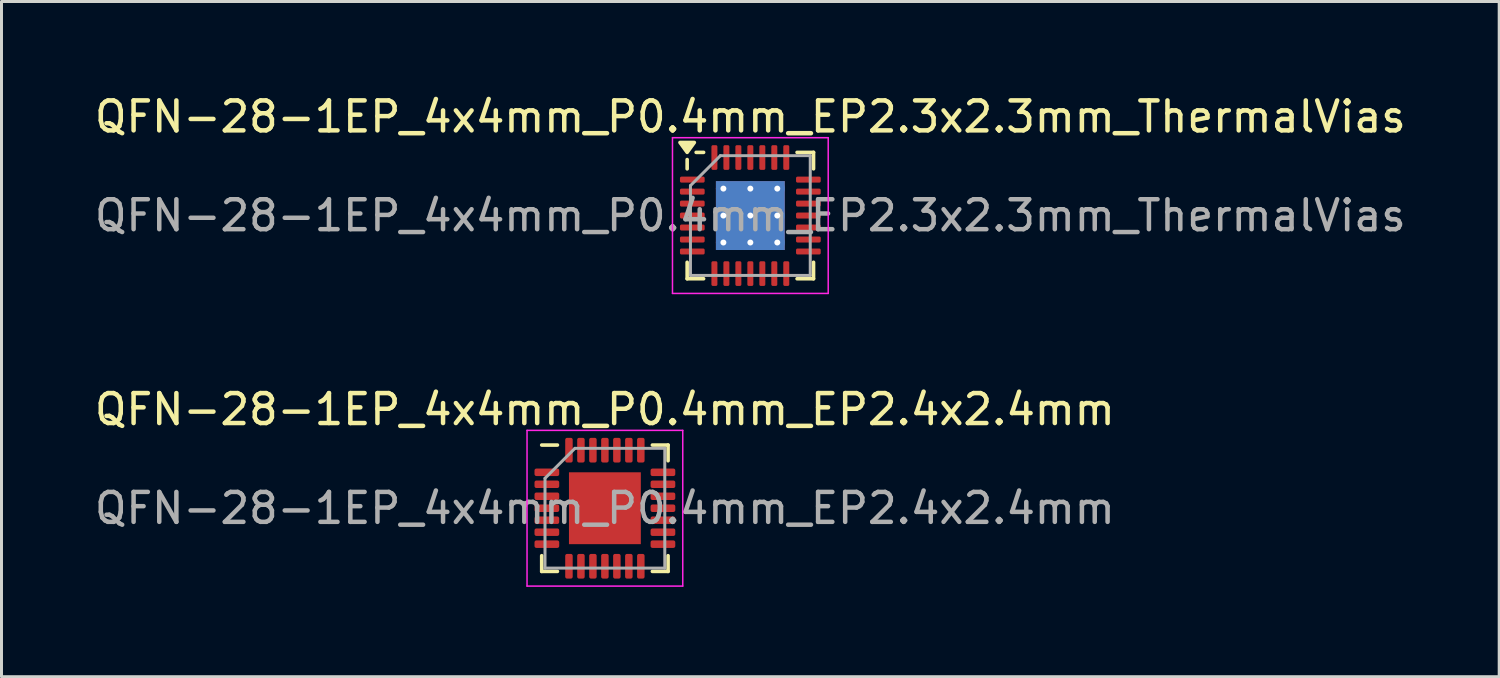
<source format=kicad_pcb>
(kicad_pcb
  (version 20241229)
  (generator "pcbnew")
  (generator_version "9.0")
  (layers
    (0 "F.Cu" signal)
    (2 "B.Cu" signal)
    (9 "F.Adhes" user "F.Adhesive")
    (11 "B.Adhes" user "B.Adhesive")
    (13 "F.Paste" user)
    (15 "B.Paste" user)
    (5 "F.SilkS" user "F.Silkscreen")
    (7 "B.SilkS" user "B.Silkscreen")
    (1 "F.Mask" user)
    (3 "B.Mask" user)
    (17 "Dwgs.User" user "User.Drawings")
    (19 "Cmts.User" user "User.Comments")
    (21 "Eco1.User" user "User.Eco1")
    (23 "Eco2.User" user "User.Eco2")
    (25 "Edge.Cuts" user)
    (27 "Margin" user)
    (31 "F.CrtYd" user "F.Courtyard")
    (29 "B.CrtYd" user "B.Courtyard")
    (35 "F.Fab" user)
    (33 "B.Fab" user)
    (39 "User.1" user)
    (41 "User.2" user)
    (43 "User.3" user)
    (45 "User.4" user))
  (footprint "QFN-28-1EP_4x4mm_P0.4mm_EP2.4x2.4mm"
    (layer "F.Cu")
    (at 17.149 13.921)
    (property "Reference" "QFN-28-1EP_4x4mm_P0.4mm_EP2.4x2.4mm" (at 0 -3.3 0) (layer "F.SilkS") (effects (font (size 1 1) (thickness 0.15))))
    (attr smd)
    (fp_line (start -2.11 2.11) (end -2.11 1.585) (stroke (width 0.12) (type solid)) (layer "F.SilkS"))
    (fp_line (start -1.585 -2.11) (end -2.11 -2.11) (stroke (width 0.12) (type solid)) (layer "F.SilkS"))
    (fp_line (start -1.585 2.11) (end -2.11 2.11) (stroke (width 0.12) (type solid)) (layer "F.SilkS"))
    (fp_line (start 1.585 -2.11) (end 2.11 -2.11) (stroke (width 0.12) (type solid)) (layer "F.SilkS"))
    (fp_line (start 1.585 2.11) (end 2.11 2.11) (stroke (width 0.12) (type solid)) (layer "F.SilkS"))
    (fp_line (start 2.11 -2.11) (end 2.11 -1.585) (stroke (width 0.12) (type solid)) (layer "F.SilkS"))
    (fp_line (start 2.11 2.11) (end 2.11 1.585) (stroke (width 0.12) (type solid)) (layer "F.SilkS"))
    (fp_line (start -2.6 -2.6) (end -2.6 2.6) (stroke (width 0.05) (type solid)) (layer "F.CrtYd"))
    (fp_line (start -2.6 2.6) (end 2.6 2.6) (stroke (width 0.05) (type solid)) (layer "F.CrtYd"))
    (fp_line (start 2.6 -2.6) (end -2.6 -2.6) (stroke (width 0.05) (type solid)) (layer "F.CrtYd"))
    (fp_line (start 2.6 2.6) (end 2.6 -2.6) (stroke (width 0.05) (type solid)) (layer "F.CrtYd"))
    (fp_line (start -2 -1) (end -1 -2) (stroke (width 0.1) (type solid)) (layer "F.Fab"))
    (fp_line (start -2 2) (end -2 -1) (stroke (width 0.1) (type solid)) (layer "F.Fab"))
    (fp_line (start -1 -2) (end 2 -2) (stroke (width 0.1) (type solid)) (layer "F.Fab"))
    (fp_line (start 2 -2) (end 2 2) (stroke (width 0.1) (type solid)) (layer "F.Fab"))
    (fp_line (start 2 2) (end -2 2) (stroke (width 0.1) (type solid)) (layer "F.Fab"))
    (fp_text user "${REFERENCE}" (at 0 0 0) (layer "F.Fab") (effects (font (size 1 1) (thickness 0.15))))
    (pad "" smd roundrect (at -0.6 -0.6) (size 0.97 0.97) (layers "F.Paste") (roundrect_rratio 0.25))
    (pad "" smd roundrect (at -0.6 0.6) (size 0.97 0.97) (layers "F.Paste") (roundrect_rratio 0.25))
    (pad "" smd roundrect (at 0.6 -0.6) (size 0.97 0.97) (layers "F.Paste") (roundrect_rratio 0.25))
    (pad "" smd roundrect (at 0.6 0.6) (size 0.97 0.97) (layers "F.Paste") (roundrect_rratio 0.25))
    (pad "1" smd roundrect (at -1.938 -1.2) (size 0.825 0.25) (layers "F.Cu" "F.Mask" "F.Paste") (roundrect_rratio 0.25))
    (pad "2" smd roundrect (at -1.938 -0.8) (size 0.825 0.25) (layers "F.Cu" "F.Mask" "F.Paste") (roundrect_rratio 0.25))
    (pad "3" smd roundrect (at -1.938 -0.4) (size 0.825 0.25) (layers "F.Cu" "F.Mask" "F.Paste") (roundrect_rratio 0.25))
    (pad "4" smd roundrect (at -1.938 0) (size 0.825 0.25) (layers "F.Cu" "F.Mask" "F.Paste") (roundrect_rratio 0.25))
    (pad "5" smd roundrect (at -1.938 0.4) (size 0.825 0.25) (layers "F.Cu" "F.Mask" "F.Paste") (roundrect_rratio 0.25))
    (pad "6" smd roundrect (at -1.938 0.8) (size 0.825 0.25) (layers "F.Cu" "F.Mask" "F.Paste") (roundrect_rratio 0.25))
    (pad "7" smd roundrect (at -1.938 1.2) (size 0.825 0.25) (layers "F.Cu" "F.Mask" "F.Paste") (roundrect_rratio 0.25))
    (pad "8" smd roundrect (at -1.2 1.938) (size 0.25 0.825) (layers "F.Cu" "F.Mask" "F.Paste") (roundrect_rratio 0.25))
    (pad "9" smd roundrect (at -0.8 1.938) (size 0.25 0.825) (layers "F.Cu" "F.Mask" "F.Paste") (roundrect_rratio 0.25))
    (pad "10" smd roundrect (at -0.4 1.938) (size 0.25 0.825) (layers "F.Cu" "F.Mask" "F.Paste") (roundrect_rratio 0.25))
    (pad "11" smd roundrect (at 0 1.938) (size 0.25 0.825) (layers "F.Cu" "F.Mask" "F.Paste") (roundrect_rratio 0.25))
    (pad "12" smd roundrect (at 0.4 1.938) (size 0.25 0.825) (layers "F.Cu" "F.Mask" "F.Paste") (roundrect_rratio 0.25))
    (pad "13" smd roundrect (at 0.8 1.938) (size 0.25 0.825) (layers "F.Cu" "F.Mask" "F.Paste") (roundrect_rratio 0.25))
    (pad "14" smd roundrect (at 1.2 1.938) (size 0.25 0.825) (layers "F.Cu" "F.Mask" "F.Paste") (roundrect_rratio 0.25))
    (pad "15" smd roundrect (at 1.938 1.2) (size 0.825 0.25) (layers "F.Cu" "F.Mask" "F.Paste") (roundrect_rratio 0.25))
    (pad "16" smd roundrect (at 1.938 0.8) (size 0.825 0.25) (layers "F.Cu" "F.Mask" "F.Paste") (roundrect_rratio 0.25))
    (pad "17" smd roundrect (at 1.938 0.4) (size 0.825 0.25) (layers "F.Cu" "F.Mask" "F.Paste") (roundrect_rratio 0.25))
    (pad "18" smd roundrect (at 1.938 0) (size 0.825 0.25) (layers "F.Cu" "F.Mask" "F.Paste") (roundrect_rratio 0.25))
    (pad "19" smd roundrect (at 1.938 -0.4) (size 0.825 0.25) (layers "F.Cu" "F.Mask" "F.Paste") (roundrect_rratio 0.25))
    (pad "20" smd roundrect (at 1.938 -0.8) (size 0.825 0.25) (layers "F.Cu" "F.Mask" "F.Paste") (roundrect_rratio 0.25))
    (pad "21" smd roundrect (at 1.938 -1.2) (size 0.825 0.25) (layers "F.Cu" "F.Mask" "F.Paste") (roundrect_rratio 0.25))
    (pad "22" smd roundrect (at 1.2 -1.938) (size 0.25 0.825) (layers "F.Cu" "F.Mask" "F.Paste") (roundrect_rratio 0.25))
    (pad "23" smd roundrect (at 0.8 -1.938) (size 0.25 0.825) (layers "F.Cu" "F.Mask" "F.Paste") (roundrect_rratio 0.25))
    (pad "24" smd roundrect (at 0.4 -1.938) (size 0.25 0.825) (layers "F.Cu" "F.Mask" "F.Paste") (roundrect_rratio 0.25))
    (pad "25" smd roundrect (at 0 -1.938) (size 0.25 0.825) (layers "F.Cu" "F.Mask" "F.Paste") (roundrect_rratio 0.25))
    (pad "26" smd roundrect (at -0.4 -1.938) (size 0.25 0.825) (layers "F.Cu" "F.Mask" "F.Paste") (roundrect_rratio 0.25))
    (pad "27" smd roundrect (at -0.8 -1.938) (size 0.25 0.825) (layers "F.Cu" "F.Mask" "F.Paste") (roundrect_rratio 0.25))
    (pad "28" smd roundrect (at -1.2 -1.938) (size 0.25 0.825) (layers "F.Cu" "F.Mask" "F.Paste") (roundrect_rratio 0.25))
    (pad "29" smd rect (at 0 0) (size 2.4 2.4) (layers "F.Cu" "F.Mask")))
  (footprint "QFN-28-1EP_4x4mm_P0.4mm_EP2.3x2.3mm_ThermalVias"
    (layer "F.Cu")
    (at 22.006 4.148)
    (property "Reference" "QFN-28-1EP_4x4mm_P0.4mm_EP2.3x2.3mm_ThermalVias" (at 0 -3.3 0) (layer "F.SilkS") (effects (font (size 1 1) (thickness 0.15))))
    (attr smd)
    (fp_line (start -2.11 -1.56) (end -2.11 -1.87) (stroke (width 0.12) (type solid)) (layer "F.SilkS"))
    (fp_line (start -2.11 2.11) (end -2.11 1.56) (stroke (width 0.12) (type solid)) (layer "F.SilkS"))
    (fp_line (start -1.56 -2.11) (end -1.81 -2.11) (stroke (width 0.12) (type solid)) (layer "F.SilkS"))
    (fp_line (start -1.56 2.11) (end -2.11 2.11) (stroke (width 0.12) (type solid)) (layer "F.SilkS"))
    (fp_line (start 1.56 -2.11) (end 2.11 -2.11) (stroke (width 0.12) (type solid)) (layer "F.SilkS"))
    (fp_line (start 1.56 2.11) (end 2.11 2.11) (stroke (width 0.12) (type solid)) (layer "F.SilkS"))
    (fp_line (start 2.11 -2.11) (end 2.11 -1.56) (stroke (width 0.12) (type solid)) (layer "F.SilkS"))
    (fp_line (start 2.11 2.11) (end 2.11 1.56) (stroke (width 0.12) (type solid)) (layer "F.SilkS"))
    (fp_poly (pts (xy -2.11 -2.11) (xy -2.35 -2.44) (xy -1.87 -2.44) (xy -2.11 -2.11)) (stroke (width 0.12) (type solid)) (fill yes) (layer "F.SilkS"))
    (fp_line (start -2.6 -2.6) (end -2.6 2.6) (stroke (width 0.05) (type solid)) (layer "F.CrtYd"))
    (fp_line (start -2.6 2.6) (end 2.6 2.6) (stroke (width 0.05) (type solid)) (layer "F.CrtYd"))
    (fp_line (start 2.6 -2.6) (end -2.6 -2.6) (stroke (width 0.05) (type solid)) (layer "F.CrtYd"))
    (fp_line (start 2.6 2.6) (end 2.6 -2.6) (stroke (width 0.05) (type solid)) (layer "F.CrtYd"))
    (fp_line (start -2 -1) (end -1 -2) (stroke (width 0.1) (type solid)) (layer "F.Fab"))
    (fp_line (start -2 2) (end -2 -1) (stroke (width 0.1) (type solid)) (layer "F.Fab"))
    (fp_line (start -1 -2) (end 2 -2) (stroke (width 0.1) (type solid)) (layer "F.Fab"))
    (fp_line (start 2 -2) (end 2 2) (stroke (width 0.1) (type solid)) (layer "F.Fab"))
    (fp_line (start 2 2) (end -2 2) (stroke (width 0.1) (type solid)) (layer "F.Fab"))
    (fp_text user "${REFERENCE}" (at 0 0 0) (layer "F.Fab") (effects (font (size 1 1) (thickness 0.15))))
    (pad "" smd roundrect (at -0.575 -0.575) (size 1 1) (layers "F.Paste") (roundrect_rratio 0.25))
    (pad "" smd roundrect (at -0.575 0.575) (size 1 1) (layers "F.Paste") (roundrect_rratio 0.25))
    (pad "" smd roundrect (at 0.575 -0.575) (size 1 1) (layers "F.Paste") (roundrect_rratio 0.25))
    (pad "" smd roundrect (at 0.575 0.575) (size 1 1) (layers "F.Paste") (roundrect_rratio 0.25))
    (pad "1" smd roundrect (at -1.938 -1.2) (size 0.825 0.2) (layers "F.Cu" "F.Mask" "F.Paste") (roundrect_rratio 0.25))
    (pad "2" smd roundrect (at -1.938 -0.8) (size 0.825 0.2) (layers "F.Cu" "F.Mask" "F.Paste") (roundrect_rratio 0.25))
    (pad "3" smd roundrect (at -1.938 -0.4) (size 0.825 0.2) (layers "F.Cu" "F.Mask" "F.Paste") (roundrect_rratio 0.25))
    (pad "4" smd roundrect (at -1.938 0) (size 0.825 0.2) (layers "F.Cu" "F.Mask" "F.Paste") (roundrect_rratio 0.25))
    (pad "5" smd roundrect (at -1.938 0.4) (size 0.825 0.2) (layers "F.Cu" "F.Mask" "F.Paste") (roundrect_rratio 0.25))
    (pad "6" smd roundrect (at -1.938 0.8) (size 0.825 0.2) (layers "F.Cu" "F.Mask" "F.Paste") (roundrect_rratio 0.25))
    (pad "7" smd roundrect (at -1.938 1.2) (size 0.825 0.2) (layers "F.Cu" "F.Mask" "F.Paste") (roundrect_rratio 0.25))
    (pad "8" smd roundrect (at -1.2 1.938) (size 0.2 0.825) (layers "F.Cu" "F.Mask" "F.Paste") (roundrect_rratio 0.25))
    (pad "9" smd roundrect (at -0.8 1.938) (size 0.2 0.825) (layers "F.Cu" "F.Mask" "F.Paste") (roundrect_rratio 0.25))
    (pad "10" smd roundrect (at -0.4 1.938) (size 0.2 0.825) (layers "F.Cu" "F.Mask" "F.Paste") (roundrect_rratio 0.25))
    (pad "11" smd roundrect (at 0 1.938) (size 0.2 0.825) (layers "F.Cu" "F.Mask" "F.Paste") (roundrect_rratio 0.25))
    (pad "12" smd roundrect (at 0.4 1.938) (size 0.2 0.825) (layers "F.Cu" "F.Mask" "F.Paste") (roundrect_rratio 0.25))
    (pad "13" smd roundrect (at 0.8 1.938) (size 0.2 0.825) (layers "F.Cu" "F.Mask" "F.Paste") (roundrect_rratio 0.25))
    (pad "14" smd roundrect (at 1.2 1.938) (size 0.2 0.825) (layers "F.Cu" "F.Mask" "F.Paste") (roundrect_rratio 0.25))
    (pad "15" smd roundrect (at 1.938 1.2) (size 0.825 0.2) (layers "F.Cu" "F.Mask" "F.Paste") (roundrect_rratio 0.25))
    (pad "16" smd roundrect (at 1.938 0.8) (size 0.825 0.2) (layers "F.Cu" "F.Mask" "F.Paste") (roundrect_rratio 0.25))
    (pad "17" smd roundrect (at 1.938 0.4) (size 0.825 0.2) (layers "F.Cu" "F.Mask" "F.Paste") (roundrect_rratio 0.25))
    (pad "18" smd roundrect (at 1.938 0) (size 0.825 0.2) (layers "F.Cu" "F.Mask" "F.Paste") (roundrect_rratio 0.25))
    (pad "19" smd roundrect (at 1.938 -0.4) (size 0.825 0.2) (layers "F.Cu" "F.Mask" "F.Paste") (roundrect_rratio 0.25))
    (pad "20" smd roundrect (at 1.938 -0.8) (size 0.825 0.2) (layers "F.Cu" "F.Mask" "F.Paste") (roundrect_rratio 0.25))
    (pad "21" smd roundrect (at 1.938 -1.2) (size 0.825 0.2) (layers "F.Cu" "F.Mask" "F.Paste") (roundrect_rratio 0.25))
    (pad "22" smd roundrect (at 1.2 -1.938) (size 0.2 0.825) (layers "F.Cu" "F.Mask" "F.Paste") (roundrect_rratio 0.25))
    (pad "23" smd roundrect (at 0.8 -1.938) (size 0.2 0.825) (layers "F.Cu" "F.Mask" "F.Paste") (roundrect_rratio 0.25))
    (pad "24" smd roundrect (at 0.4 -1.938) (size 0.2 0.825) (layers "F.Cu" "F.Mask" "F.Paste") (roundrect_rratio 0.25))
    (pad "25" smd roundrect (at 0 -1.938) (size 0.2 0.825) (layers "F.Cu" "F.Mask" "F.Paste") (roundrect_rratio 0.25))
    (pad "26" smd roundrect (at -0.4 -1.938) (size 0.2 0.825) (layers "F.Cu" "F.Mask" "F.Paste") (roundrect_rratio 0.25))
    (pad "27" smd roundrect (at -0.8 -1.938) (size 0.2 0.825) (layers "F.Cu" "F.Mask" "F.Paste") (roundrect_rratio 0.25))
    (pad "28" smd roundrect (at -1.2 -1.938) (size 0.2 0.825) (layers "F.Cu" "F.Mask" "F.Paste") (roundrect_rratio 0.25))
    (pad "29" thru_hole circle (at -0.9 -0.9) (size 0.5 0.5) (drill 0.2) (property pad_prop_heatsink) (layers "*.Cu"))
    (pad "29" thru_hole circle (at -0.9 0) (size 0.5 0.5) (drill 0.2) (property pad_prop_heatsink) (layers "*.Cu"))
    (pad "29" thru_hole circle (at -0.9 0.9) (size 0.5 0.5) (drill 0.2) (property pad_prop_heatsink) (layers "*.Cu"))
    (pad "29" thru_hole circle (at 0 -0.9) (size 0.5 0.5) (drill 0.2) (property pad_prop_heatsink) (layers "*.Cu"))
    (pad "29" thru_hole circle (at 0 0) (size 0.5 0.5) (drill 0.2) (property pad_prop_heatsink) (layers "*.Cu"))
    (pad "29" smd rect (at 0 0) (size 2.3 2.3) (property pad_prop_heatsink) (layers "F.Cu" "F.Mask"))
    (pad "29" smd rect (at 0 0) (size 2.3 2.3) (property pad_prop_heatsink) (layers "B.Cu"))
    (pad "29" thru_hole circle (at 0 0.9) (size 0.5 0.5) (drill 0.2) (property pad_prop_heatsink) (layers "*.Cu"))
    (pad "29" thru_hole circle (at 0.9 -0.9) (size 0.5 0.5) (drill 0.2) (property pad_prop_heatsink) (layers "*.Cu"))
    (pad "29" thru_hole circle (at 0.9 0) (size 0.5 0.5) (drill 0.2) (property pad_prop_heatsink) (layers "*.Cu"))
    (pad "29" thru_hole circle (at 0.9 0.9) (size 0.5 0.5) (drill 0.2) (property pad_prop_heatsink) (layers "*.Cu")))
  (gr_rect
    (start -3 -3)
    (end 47.012 19.547)
    (stroke (width 0.1) (type default))
    (fill no)
    (layer "Edge.Cuts")))
</source>
